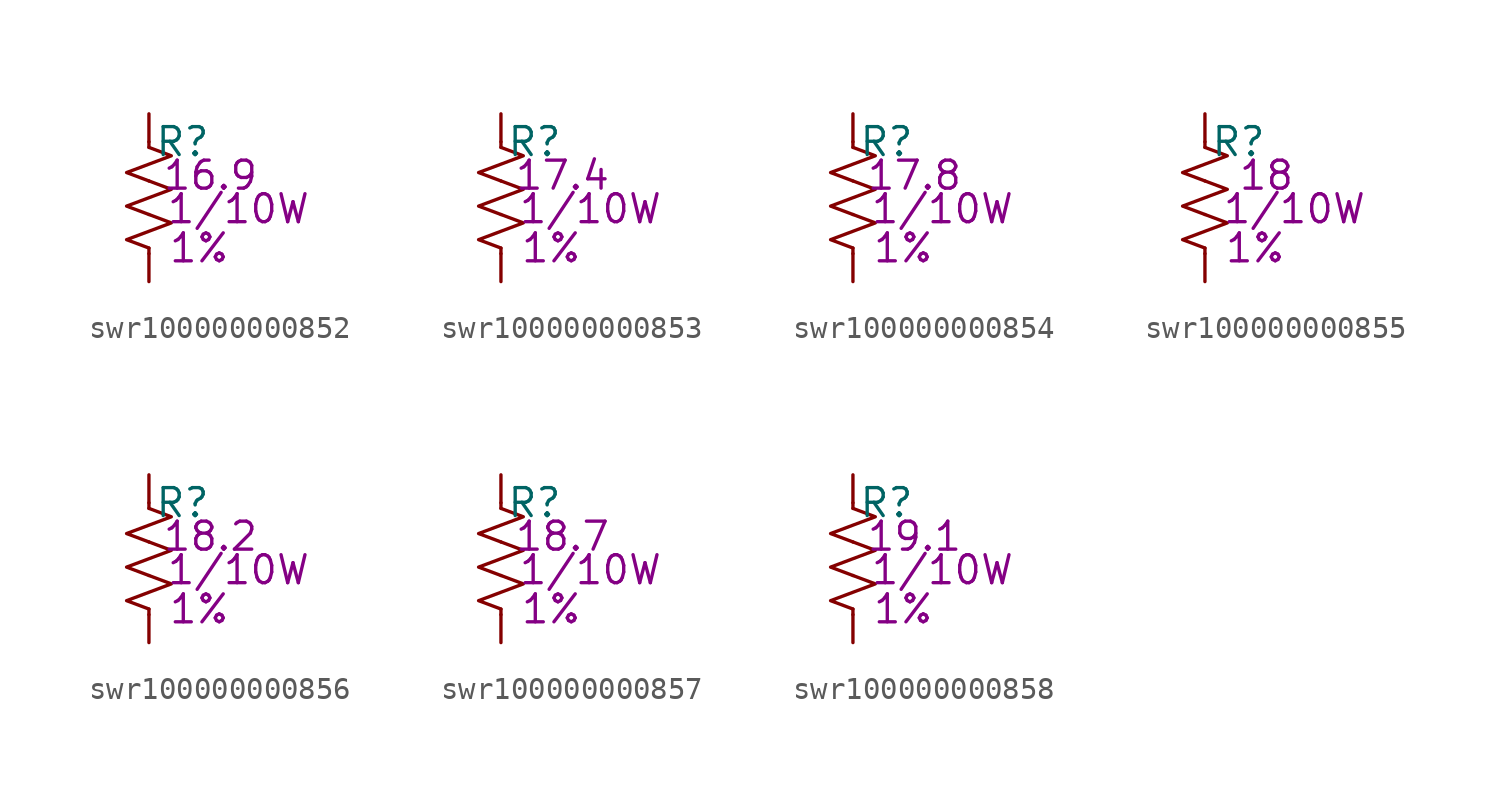
<source format=kicad_sym>
(kicad_symbol_lib
  (version 20211014)
  (generator kicad_symbol_editor)
  (symbol "swr100000000852"
    (pin_numbers hide)
    (pin_names
      (offset 1.016))
    (property "Reference" "R"
      (at 1.524 2.54 0)
      (effects (font (size 1.27 1.27))))
    (property "Tolerance" "1%"
      (at 2.286 -2.286 0)
      (effects (font (size 1.27 1.27))))
    (property "Wattage" "1/10W"
      (at 4.064 -0.508 0)
      (effects (font (size 1.27 1.27))))
    (property "PartValue" "16.9"
      (at 2.794 1.016 0)
      (effects (font (size 1.27 1.27))))
    (symbol "swr100000000852_1_1"
      (polyline (pts (xy 0 -2.286) (xy 0 -2.54)) (stroke (width 0) (type default) (color 0 0 0 0)) (fill (type none)))
      (polyline (pts (xy 0 2.286) (xy 0 2.54)) (stroke (width 0) (type default) (color 0 0 0 0)) (fill (type none)))
      (polyline (pts (xy 0 -0.762) (xy 1.016 -1.143) (xy 0 -1.524) (xy -1.016 -1.905) (xy 0 -2.286)) (stroke (width 0) (type default) (color 0 0 0 0)) (fill (type none)))
      (polyline (pts (xy 0 0.762) (xy 1.016 0.381) (xy 0 0) (xy -1.016 -0.381) (xy 0 -0.762)) (stroke (width 0) (type default) (color 0 0 0 0)) (fill (type none)))
      (polyline (pts (xy 0 2.286) (xy 1.016 1.905) (xy 0 1.524) (xy -1.016 1.143) (xy 0 0.762)) (stroke (width 0) (type default) (color 0 0 0 0)) (fill (type none)))
      (pin passive line (at 0 3.81 270) (length 1.27) (name "~" (effects (font (size 1.27 1.27)))) (number "1" (effects (font (size 1.27 1.27)))))
      (pin passive line (at 0 -3.81 90) (length 1.27) (name "~" (effects (font (size 1.27 1.27)))) (number "2" (effects (font (size 1.27 1.27)))))))
  (symbol "swr100000000853"
    (pin_numbers hide)
    (pin_names
      (offset 1.016))
    (property "Reference" "R"
      (at 1.524 2.54 0)
      (effects (font (size 1.27 1.27))))
    (property "Tolerance" "1%"
      (at 2.286 -2.286 0)
      (effects (font (size 1.27 1.27))))
    (property "Wattage" "1/10W"
      (at 4.064 -0.508 0)
      (effects (font (size 1.27 1.27))))
    (property "PartValue" "17.4"
      (at 2.794 1.016 0)
      (effects (font (size 1.27 1.27))))
    (symbol "swr100000000853_1_1"
      (polyline (pts (xy 0 -2.286) (xy 0 -2.54)) (stroke (width 0) (type default) (color 0 0 0 0)) (fill (type none)))
      (polyline (pts (xy 0 2.286) (xy 0 2.54)) (stroke (width 0) (type default) (color 0 0 0 0)) (fill (type none)))
      (polyline (pts (xy 0 -0.762) (xy 1.016 -1.143) (xy 0 -1.524) (xy -1.016 -1.905) (xy 0 -2.286)) (stroke (width 0) (type default) (color 0 0 0 0)) (fill (type none)))
      (polyline (pts (xy 0 0.762) (xy 1.016 0.381) (xy 0 0) (xy -1.016 -0.381) (xy 0 -0.762)) (stroke (width 0) (type default) (color 0 0 0 0)) (fill (type none)))
      (polyline (pts (xy 0 2.286) (xy 1.016 1.905) (xy 0 1.524) (xy -1.016 1.143) (xy 0 0.762)) (stroke (width 0) (type default) (color 0 0 0 0)) (fill (type none)))
      (pin passive line (at 0 3.81 270) (length 1.27) (name "~" (effects (font (size 1.27 1.27)))) (number "1" (effects (font (size 1.27 1.27)))))
      (pin passive line (at 0 -3.81 90) (length 1.27) (name "~" (effects (font (size 1.27 1.27)))) (number "2" (effects (font (size 1.27 1.27)))))))
  (symbol "swr100000000854"
    (pin_numbers hide)
    (pin_names
      (offset 1.016))
    (property "Reference" "R"
      (at 1.524 2.54 0)
      (effects (font (size 1.27 1.27))))
    (property "Tolerance" "1%"
      (at 2.286 -2.286 0)
      (effects (font (size 1.27 1.27))))
    (property "Wattage" "1/10W"
      (at 4.064 -0.508 0)
      (effects (font (size 1.27 1.27))))
    (property "PartValue" "17.8"
      (at 2.794 1.016 0)
      (effects (font (size 1.27 1.27))))
    (symbol "swr100000000854_1_1"
      (polyline (pts (xy 0 -2.286) (xy 0 -2.54)) (stroke (width 0) (type default) (color 0 0 0 0)) (fill (type none)))
      (polyline (pts (xy 0 2.286) (xy 0 2.54)) (stroke (width 0) (type default) (color 0 0 0 0)) (fill (type none)))
      (polyline (pts (xy 0 -0.762) (xy 1.016 -1.143) (xy 0 -1.524) (xy -1.016 -1.905) (xy 0 -2.286)) (stroke (width 0) (type default) (color 0 0 0 0)) (fill (type none)))
      (polyline (pts (xy 0 0.762) (xy 1.016 0.381) (xy 0 0) (xy -1.016 -0.381) (xy 0 -0.762)) (stroke (width 0) (type default) (color 0 0 0 0)) (fill (type none)))
      (polyline (pts (xy 0 2.286) (xy 1.016 1.905) (xy 0 1.524) (xy -1.016 1.143) (xy 0 0.762)) (stroke (width 0) (type default) (color 0 0 0 0)) (fill (type none)))
      (pin passive line (at 0 3.81 270) (length 1.27) (name "~" (effects (font (size 1.27 1.27)))) (number "1" (effects (font (size 1.27 1.27)))))
      (pin passive line (at 0 -3.81 90) (length 1.27) (name "~" (effects (font (size 1.27 1.27)))) (number "2" (effects (font (size 1.27 1.27)))))))
  (symbol "swr100000000855"
    (pin_numbers hide)
    (pin_names
      (offset 1.016))
    (property "Reference" "R"
      (at 1.524 2.54 0)
      (effects (font (size 1.27 1.27))))
    (property "Tolerance" "1%"
      (at 2.286 -2.286 0)
      (effects (font (size 1.27 1.27))))
    (property "Wattage" "1/10W"
      (at 4.064 -0.508 0)
      (effects (font (size 1.27 1.27))))
    (property "PartValue" "18"
      (at 2.794 1.016 0)
      (effects (font (size 1.27 1.27))))
    (symbol "swr100000000855_1_1"
      (polyline (pts (xy 0 -2.286) (xy 0 -2.54)) (stroke (width 0) (type default) (color 0 0 0 0)) (fill (type none)))
      (polyline (pts (xy 0 2.286) (xy 0 2.54)) (stroke (width 0) (type default) (color 0 0 0 0)) (fill (type none)))
      (polyline (pts (xy 0 -0.762) (xy 1.016 -1.143) (xy 0 -1.524) (xy -1.016 -1.905) (xy 0 -2.286)) (stroke (width 0) (type default) (color 0 0 0 0)) (fill (type none)))
      (polyline (pts (xy 0 0.762) (xy 1.016 0.381) (xy 0 0) (xy -1.016 -0.381) (xy 0 -0.762)) (stroke (width 0) (type default) (color 0 0 0 0)) (fill (type none)))
      (polyline (pts (xy 0 2.286) (xy 1.016 1.905) (xy 0 1.524) (xy -1.016 1.143) (xy 0 0.762)) (stroke (width 0) (type default) (color 0 0 0 0)) (fill (type none)))
      (pin passive line (at 0 3.81 270) (length 1.27) (name "~" (effects (font (size 1.27 1.27)))) (number "1" (effects (font (size 1.27 1.27)))))
      (pin passive line (at 0 -3.81 90) (length 1.27) (name "~" (effects (font (size 1.27 1.27)))) (number "2" (effects (font (size 1.27 1.27)))))))
  (symbol "swr100000000856"
    (pin_numbers hide)
    (pin_names
      (offset 1.016))
    (property "Reference" "R"
      (at 1.524 2.54 0)
      (effects (font (size 1.27 1.27))))
    (property "Tolerance" "1%"
      (at 2.286 -2.286 0)
      (effects (font (size 1.27 1.27))))
    (property "Wattage" "1/10W"
      (at 4.064 -0.508 0)
      (effects (font (size 1.27 1.27))))
    (property "PartValue" "18.2"
      (at 2.794 1.016 0)
      (effects (font (size 1.27 1.27))))
    (symbol "swr100000000856_1_1"
      (polyline (pts (xy 0 -2.286) (xy 0 -2.54)) (stroke (width 0) (type default) (color 0 0 0 0)) (fill (type none)))
      (polyline (pts (xy 0 2.286) (xy 0 2.54)) (stroke (width 0) (type default) (color 0 0 0 0)) (fill (type none)))
      (polyline (pts (xy 0 -0.762) (xy 1.016 -1.143) (xy 0 -1.524) (xy -1.016 -1.905) (xy 0 -2.286)) (stroke (width 0) (type default) (color 0 0 0 0)) (fill (type none)))
      (polyline (pts (xy 0 0.762) (xy 1.016 0.381) (xy 0 0) (xy -1.016 -0.381) (xy 0 -0.762)) (stroke (width 0) (type default) (color 0 0 0 0)) (fill (type none)))
      (polyline (pts (xy 0 2.286) (xy 1.016 1.905) (xy 0 1.524) (xy -1.016 1.143) (xy 0 0.762)) (stroke (width 0) (type default) (color 0 0 0 0)) (fill (type none)))
      (pin passive line (at 0 3.81 270) (length 1.27) (name "~" (effects (font (size 1.27 1.27)))) (number "1" (effects (font (size 1.27 1.27)))))
      (pin passive line (at 0 -3.81 90) (length 1.27) (name "~" (effects (font (size 1.27 1.27)))) (number "2" (effects (font (size 1.27 1.27)))))))
  (symbol "swr100000000857"
    (pin_numbers hide)
    (pin_names
      (offset 1.016))
    (property "Reference" "R"
      (at 1.524 2.54 0)
      (effects (font (size 1.27 1.27))))
    (property "Tolerance" "1%"
      (at 2.286 -2.286 0)
      (effects (font (size 1.27 1.27))))
    (property "Wattage" "1/10W"
      (at 4.064 -0.508 0)
      (effects (font (size 1.27 1.27))))
    (property "PartValue" "18.7"
      (at 2.794 1.016 0)
      (effects (font (size 1.27 1.27))))
    (symbol "swr100000000857_1_1"
      (polyline (pts (xy 0 -2.286) (xy 0 -2.54)) (stroke (width 0) (type default) (color 0 0 0 0)) (fill (type none)))
      (polyline (pts (xy 0 2.286) (xy 0 2.54)) (stroke (width 0) (type default) (color 0 0 0 0)) (fill (type none)))
      (polyline (pts (xy 0 -0.762) (xy 1.016 -1.143) (xy 0 -1.524) (xy -1.016 -1.905) (xy 0 -2.286)) (stroke (width 0) (type default) (color 0 0 0 0)) (fill (type none)))
      (polyline (pts (xy 0 0.762) (xy 1.016 0.381) (xy 0 0) (xy -1.016 -0.381) (xy 0 -0.762)) (stroke (width 0) (type default) (color 0 0 0 0)) (fill (type none)))
      (polyline (pts (xy 0 2.286) (xy 1.016 1.905) (xy 0 1.524) (xy -1.016 1.143) (xy 0 0.762)) (stroke (width 0) (type default) (color 0 0 0 0)) (fill (type none)))
      (pin passive line (at 0 3.81 270) (length 1.27) (name "~" (effects (font (size 1.27 1.27)))) (number "1" (effects (font (size 1.27 1.27)))))
      (pin passive line (at 0 -3.81 90) (length 1.27) (name "~" (effects (font (size 1.27 1.27)))) (number "2" (effects (font (size 1.27 1.27)))))))
  (symbol "swr100000000858"
    (pin_numbers hide)
    (pin_names
      (offset 1.016))
    (property "Reference" "R"
      (at 1.524 2.54 0)
      (effects (font (size 1.27 1.27))))
    (property "Tolerance" "1%"
      (at 2.286 -2.286 0)
      (effects (font (size 1.27 1.27))))
    (property "Wattage" "1/10W"
      (at 4.064 -0.508 0)
      (effects (font (size 1.27 1.27))))
    (property "PartValue" "19.1"
      (at 2.794 1.016 0)
      (effects (font (size 1.27 1.27))))
    (symbol "swr100000000858_1_1"
      (polyline (pts (xy 0 -2.286) (xy 0 -2.54)) (stroke (width 0) (type default) (color 0 0 0 0)) (fill (type none)))
      (polyline (pts (xy 0 2.286) (xy 0 2.54)) (stroke (width 0) (type default) (color 0 0 0 0)) (fill (type none)))
      (polyline (pts (xy 0 -0.762) (xy 1.016 -1.143) (xy 0 -1.524) (xy -1.016 -1.905) (xy 0 -2.286)) (stroke (width 0) (type default) (color 0 0 0 0)) (fill (type none)))
      (polyline (pts (xy 0 0.762) (xy 1.016 0.381) (xy 0 0) (xy -1.016 -0.381) (xy 0 -0.762)) (stroke (width 0) (type default) (color 0 0 0 0)) (fill (type none)))
      (polyline (pts (xy 0 2.286) (xy 1.016 1.905) (xy 0 1.524) (xy -1.016 1.143) (xy 0 0.762)) (stroke (width 0) (type default) (color 0 0 0 0)) (fill (type none)))
      (pin passive line (at 0 3.81 270) (length 1.27) (name "~" (effects (font (size 1.27 1.27)))) (number "1" (effects (font (size 1.27 1.27)))))
      (pin passive line (at 0 -3.81 90) (length 1.27) (name "~" (effects (font (size 1.27 1.27)))) (number "2" (effects (font (size 1.27 1.27))))))))
</source>
